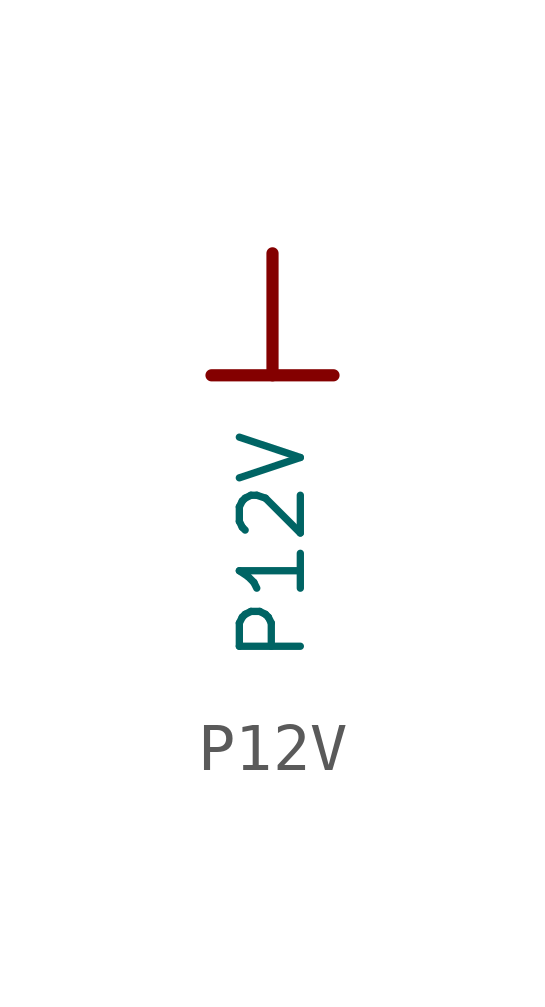
<source format=kicad_sym>
(kicad_symbol_lib
  (version 20231120)
  (generator "kicad_symbol_editor")
  (generator_version "8.0")
  (symbol "P12V"
    (power)
    (property "Reference" "#PWR0678"
      (at 0 0 0)
      (effects (font (size 1.27 1.27)) (hide yes)))
    (property "Value" "P12V"
      (at 0 -6.096 90)
      (effects (font (size 1.27 1.27))))
    (symbol "P12V_0_0"
      (polyline (pts (xy -1.27 -2.54) (xy 1.27 -2.54)) (stroke (width 0.254) (type solid)) (fill (type none)))
      (polyline (pts (xy 0 0) (xy 0 -2.54)) (stroke (width 0.254) (type solid)) (fill (type none)))
      (pin power_in line (at 0 0 0) (length 0) hide (name "P12V" (effects (font (size 1.27 1.27)))) (number "" (effects (font (size 1.27 1.27))))))))
</source>
